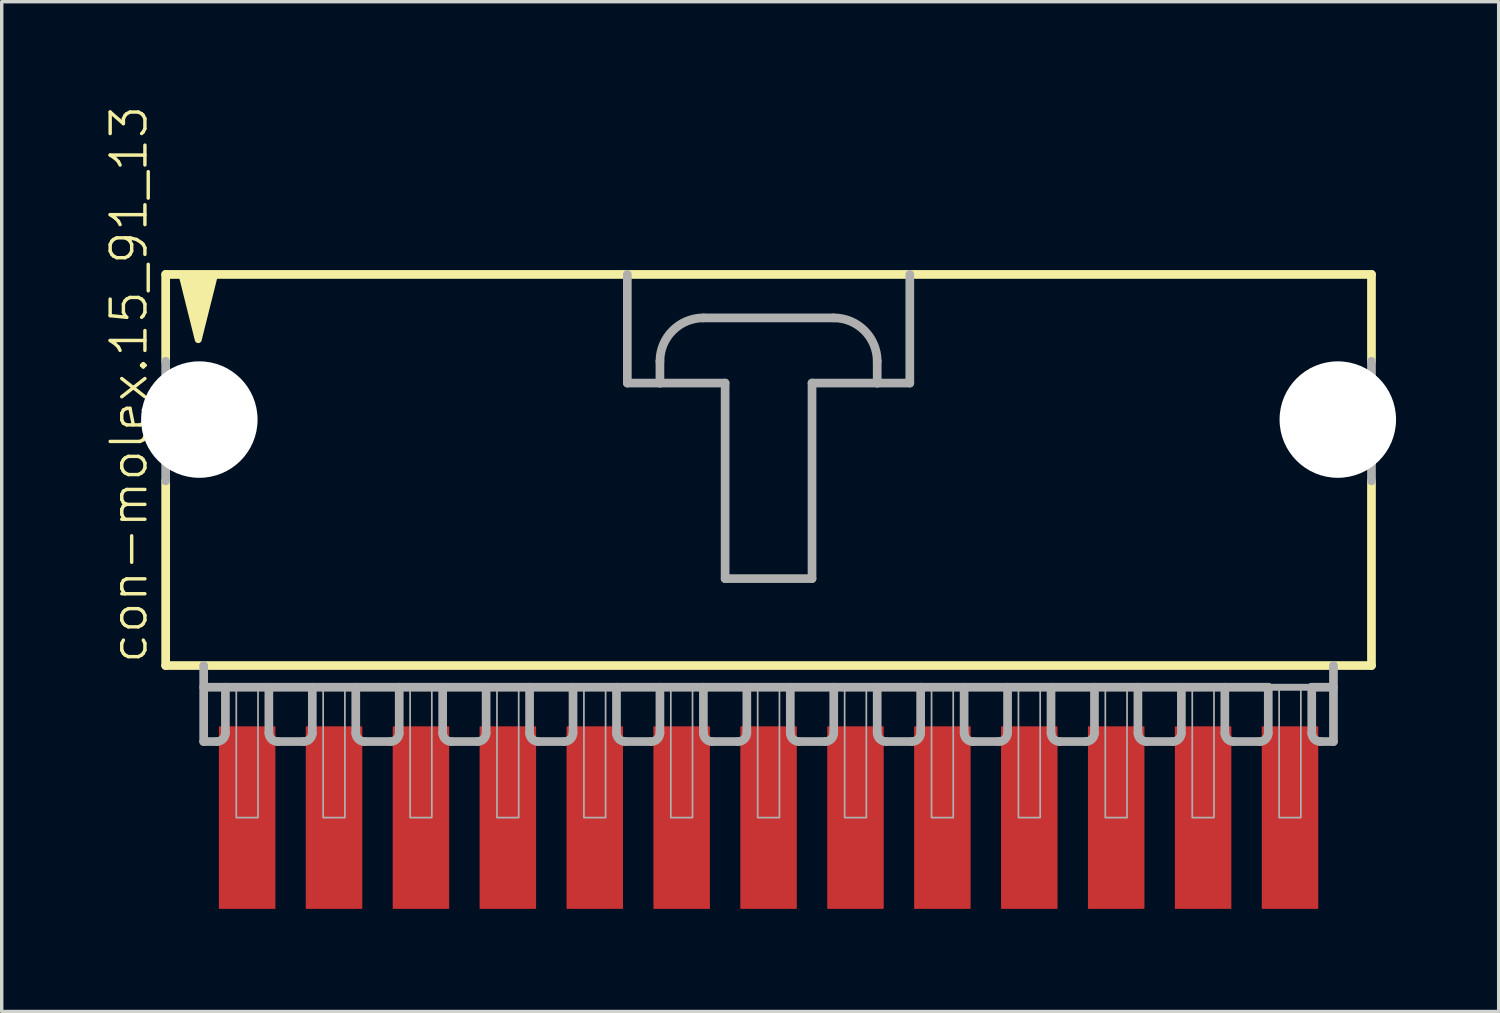
<source format=kicad_pcb>
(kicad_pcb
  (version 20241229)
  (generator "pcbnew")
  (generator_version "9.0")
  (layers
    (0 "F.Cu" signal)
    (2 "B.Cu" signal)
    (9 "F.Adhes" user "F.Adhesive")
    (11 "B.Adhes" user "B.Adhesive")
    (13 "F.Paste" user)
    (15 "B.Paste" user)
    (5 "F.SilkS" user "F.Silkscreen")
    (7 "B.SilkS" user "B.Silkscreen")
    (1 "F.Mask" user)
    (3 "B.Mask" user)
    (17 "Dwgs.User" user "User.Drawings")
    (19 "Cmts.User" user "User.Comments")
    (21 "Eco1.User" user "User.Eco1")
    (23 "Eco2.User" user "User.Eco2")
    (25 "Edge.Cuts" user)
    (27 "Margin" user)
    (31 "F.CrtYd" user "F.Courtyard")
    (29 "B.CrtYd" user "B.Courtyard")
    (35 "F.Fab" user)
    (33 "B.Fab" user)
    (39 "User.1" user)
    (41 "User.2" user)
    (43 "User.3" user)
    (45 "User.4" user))
  (footprint "con-molex.15_91_13"
    (layer "F.Cu")
    (at 19.413 10.051)
    (property "Reference" "con-molex.15_91_13" (at -18.098 6.35 90) (layer "F.SilkS") (effects (font (size 1.016 1.016) (thickness 0.1)) (justify left bottom)))
    (attr smd)
    (fp_line (start -17.621 -5.08) (end -17.621 -2.54) (stroke (width 0.254) (type default)) (layer "F.SilkS"))
    (fp_line (start -17.621 0.953) (end -17.621 6.35) (stroke (width 0.254) (type default)) (layer "F.SilkS"))
    (fp_line (start -17.621 6.35) (end 17.621 6.35) (stroke (width 0.254) (type default)) (layer "F.SilkS"))
    (fp_line (start 17.621 -5.08) (end -17.621 -5.08) (stroke (width 0.254) (type default)) (layer "F.SilkS"))
    (fp_line (start 17.621 -2.54) (end 17.621 -5.08) (stroke (width 0.254) (type default)) (layer "F.SilkS"))
    (fp_line (start 17.621 6.35) (end 17.621 0.953) (stroke (width 0.254) (type default)) (layer "F.SilkS"))
    (fp_poly (pts (xy -17.145 -5.08) (xy -16.669 -3.175) (xy -16.192 -5.08)) (stroke (width 0.203) (type default)) (fill yes) (layer "F.SilkS"))
    (fp_line (start -17.621 -2.54) (end -17.621 0.953) (stroke (width 0.254) (type default)) (layer "F.Fab"))
    (fp_line (start -16.51 6.35) (end -16.51 8.572) (stroke (width 0.254) (type default)) (layer "F.Fab"))
    (fp_line (start -16.51 6.985) (end -15.875 6.985) (stroke (width 0.254) (type default)) (layer "F.Fab"))
    (fp_line (start -16.129 8.572) (end -16.51 8.572) (stroke (width 0.254) (type default)) (layer "F.Fab"))
    (fp_line (start -15.875 6.985) (end -15.875 8.319) (stroke (width 0.254) (type default)) (layer "F.Fab"))
    (fp_line (start -15.875 6.985) (end -14.605 6.985) (stroke (width 0.254) (type default)) (layer "F.Fab"))
    (fp_line (start -14.605 6.985) (end -14.605 8.319) (stroke (width 0.254) (type default)) (layer "F.Fab"))
    (fp_line (start -14.605 6.985) (end -13.335 6.985) (stroke (width 0.254) (type default)) (layer "F.Fab"))
    (fp_line (start -13.589 8.572) (end -14.351 8.572) (stroke (width 0.254) (type default)) (layer "F.Fab"))
    (fp_line (start -13.335 6.985) (end -13.335 8.319) (stroke (width 0.254) (type default)) (layer "F.Fab"))
    (fp_line (start -13.335 6.985) (end -12.065 6.985) (stroke (width 0.254) (type default)) (layer "F.Fab"))
    (fp_line (start -12.065 6.985) (end -12.065 8.319) (stroke (width 0.254) (type default)) (layer "F.Fab"))
    (fp_line (start -12.065 6.985) (end -10.795 6.985) (stroke (width 0.254) (type default)) (layer "F.Fab"))
    (fp_line (start -11.049 8.572) (end -11.811 8.572) (stroke (width 0.254) (type default)) (layer "F.Fab"))
    (fp_line (start -10.795 6.985) (end -10.795 8.319) (stroke (width 0.254) (type default)) (layer "F.Fab"))
    (fp_line (start -10.795 6.985) (end -9.525 6.985) (stroke (width 0.254) (type default)) (layer "F.Fab"))
    (fp_line (start -9.525 6.985) (end -9.525 8.319) (stroke (width 0.254) (type default)) (layer "F.Fab"))
    (fp_line (start -9.525 6.985) (end -8.255 6.985) (stroke (width 0.254) (type default)) (layer "F.Fab"))
    (fp_line (start -8.509 8.572) (end -9.271 8.572) (stroke (width 0.254) (type default)) (layer "F.Fab"))
    (fp_line (start -8.255 6.985) (end -8.255 8.319) (stroke (width 0.254) (type default)) (layer "F.Fab"))
    (fp_line (start -8.255 6.985) (end -6.985 6.985) (stroke (width 0.254) (type default)) (layer "F.Fab"))
    (fp_line (start -6.985 6.985) (end -6.985 8.319) (stroke (width 0.254) (type default)) (layer "F.Fab"))
    (fp_line (start -6.985 6.985) (end -5.715 6.985) (stroke (width 0.254) (type default)) (layer "F.Fab"))
    (fp_line (start -5.969 8.572) (end -6.731 8.572) (stroke (width 0.254) (type default)) (layer "F.Fab"))
    (fp_line (start -5.715 6.985) (end -5.715 8.319) (stroke (width 0.254) (type default)) (layer "F.Fab"))
    (fp_line (start -5.715 6.985) (end -4.445 6.985) (stroke (width 0.254) (type default)) (layer "F.Fab"))
    (fp_line (start -4.445 6.985) (end -4.445 8.319) (stroke (width 0.254) (type default)) (layer "F.Fab"))
    (fp_line (start -4.445 6.985) (end -3.175 6.985) (stroke (width 0.254) (type default)) (layer "F.Fab"))
    (fp_line (start -4.128 -5.08) (end -4.128 -1.905) (stroke (width 0.254) (type default)) (layer "F.Fab"))
    (fp_line (start -4.128 -1.905) (end -3.175 -1.905) (stroke (width 0.254) (type default)) (layer "F.Fab"))
    (fp_line (start -3.429 8.572) (end -4.191 8.572) (stroke (width 0.254) (type default)) (layer "F.Fab"))
    (fp_line (start -3.175 -1.905) (end -3.175 -2.54) (stroke (width 0.254) (type default)) (layer "F.Fab"))
    (fp_line (start -3.175 -1.905) (end -1.27 -1.905) (stroke (width 0.254) (type default)) (layer "F.Fab"))
    (fp_line (start -3.175 6.985) (end -3.175 8.319) (stroke (width 0.254) (type default)) (layer "F.Fab"))
    (fp_line (start -3.175 6.985) (end -1.905 6.985) (stroke (width 0.254) (type default)) (layer "F.Fab"))
    (fp_line (start -1.905 -3.81) (end 1.905 -3.81) (stroke (width 0.254) (type default)) (layer "F.Fab"))
    (fp_line (start -1.905 6.985) (end -1.905 8.319) (stroke (width 0.254) (type default)) (layer "F.Fab"))
    (fp_line (start -1.905 6.985) (end -0.635 6.985) (stroke (width 0.254) (type default)) (layer "F.Fab"))
    (fp_line (start -1.27 -1.905) (end -1.27 3.81) (stroke (width 0.254) (type default)) (layer "F.Fab"))
    (fp_line (start -1.27 3.81) (end 1.27 3.81) (stroke (width 0.254) (type default)) (layer "F.Fab"))
    (fp_line (start -0.889 8.572) (end -1.651 8.572) (stroke (width 0.254) (type default)) (layer "F.Fab"))
    (fp_line (start -0.635 6.985) (end -0.635 8.319) (stroke (width 0.254) (type default)) (layer "F.Fab"))
    (fp_line (start -0.635 6.985) (end 0.635 6.985) (stroke (width 0.254) (type default)) (layer "F.Fab"))
    (fp_line (start 0.635 6.985) (end 0.635 8.319) (stroke (width 0.254) (type default)) (layer "F.Fab"))
    (fp_line (start 0.635 6.985) (end 1.905 6.985) (stroke (width 0.254) (type default)) (layer "F.Fab"))
    (fp_line (start 1.27 -1.905) (end 3.175 -1.905) (stroke (width 0.254) (type default)) (layer "F.Fab"))
    (fp_line (start 1.27 3.81) (end 1.27 -1.905) (stroke (width 0.254) (type default)) (layer "F.Fab"))
    (fp_line (start 1.651 8.572) (end 0.889 8.572) (stroke (width 0.254) (type default)) (layer "F.Fab"))
    (fp_line (start 1.905 6.985) (end 1.905 8.319) (stroke (width 0.254) (type default)) (layer "F.Fab"))
    (fp_line (start 1.905 6.985) (end 3.175 6.985) (stroke (width 0.254) (type default)) (layer "F.Fab"))
    (fp_line (start 3.175 -2.54) (end 3.175 -1.905) (stroke (width 0.254) (type default)) (layer "F.Fab"))
    (fp_line (start 3.175 -1.905) (end 4.128 -1.905) (stroke (width 0.254) (type default)) (layer "F.Fab"))
    (fp_line (start 3.175 6.985) (end 3.175 8.319) (stroke (width 0.254) (type default)) (layer "F.Fab"))
    (fp_line (start 3.175 6.985) (end 4.445 6.985) (stroke (width 0.254) (type default)) (layer "F.Fab"))
    (fp_line (start 4.128 -1.905) (end 4.128 -5.08) (stroke (width 0.254) (type default)) (layer "F.Fab"))
    (fp_line (start 4.191 8.572) (end 3.429 8.572) (stroke (width 0.254) (type default)) (layer "F.Fab"))
    (fp_line (start 4.445 6.985) (end 4.445 8.319) (stroke (width 0.254) (type default)) (layer "F.Fab"))
    (fp_line (start 4.445 6.985) (end 5.715 6.985) (stroke (width 0.254) (type default)) (layer "F.Fab"))
    (fp_line (start 5.715 6.985) (end 5.715 8.319) (stroke (width 0.254) (type default)) (layer "F.Fab"))
    (fp_line (start 5.715 6.985) (end 6.985 6.985) (stroke (width 0.254) (type default)) (layer "F.Fab"))
    (fp_line (start 6.731 8.572) (end 5.969 8.572) (stroke (width 0.254) (type default)) (layer "F.Fab"))
    (fp_line (start 6.985 6.985) (end 6.985 8.319) (stroke (width 0.254) (type default)) (layer "F.Fab"))
    (fp_line (start 6.985 6.985) (end 8.255 6.985) (stroke (width 0.254) (type default)) (layer "F.Fab"))
    (fp_line (start 8.255 6.985) (end 8.255 8.319) (stroke (width 0.254) (type default)) (layer "F.Fab"))
    (fp_line (start 8.255 6.985) (end 9.525 6.985) (stroke (width 0.254) (type default)) (layer "F.Fab"))
    (fp_line (start 9.271 8.572) (end 8.509 8.572) (stroke (width 0.254) (type default)) (layer "F.Fab"))
    (fp_line (start 9.525 6.985) (end 9.525 8.319) (stroke (width 0.254) (type default)) (layer "F.Fab"))
    (fp_line (start 9.525 6.985) (end 10.795 6.985) (stroke (width 0.254) (type default)) (layer "F.Fab"))
    (fp_line (start 10.795 6.985) (end 10.795 8.319) (stroke (width 0.254) (type default)) (layer "F.Fab"))
    (fp_line (start 10.795 6.985) (end 12.065 6.985) (stroke (width 0.254) (type default)) (layer "F.Fab"))
    (fp_line (start 11.049 8.572) (end 11.811 8.572) (stroke (width 0.254) (type default)) (layer "F.Fab"))
    (fp_line (start 12.065 6.985) (end 13.335 6.985) (stroke (width 0.254) (type default)) (layer "F.Fab"))
    (fp_line (start 12.065 8.319) (end 12.065 6.985) (stroke (width 0.254) (type default)) (layer "F.Fab"))
    (fp_line (start 13.335 6.985) (end 13.335 8.319) (stroke (width 0.254) (type default)) (layer "F.Fab"))
    (fp_line (start 13.335 6.985) (end 14.605 6.985) (stroke (width 0.254) (type default)) (layer "F.Fab"))
    (fp_line (start 13.589 8.572) (end 14.351 8.572) (stroke (width 0.254) (type default)) (layer "F.Fab"))
    (fp_line (start 14.605 6.985) (end 15.875 6.985) (stroke (width 0.203) (type default)) (layer "F.Fab"))
    (fp_line (start 14.605 8.319) (end 14.605 6.985) (stroke (width 0.254) (type default)) (layer "F.Fab"))
    (fp_line (start 15.875 6.985) (end 15.875 8.319) (stroke (width 0.254) (type default)) (layer "F.Fab"))
    (fp_line (start 15.875 6.985) (end 16.51 6.985) (stroke (width 0.254) (type default)) (layer "F.Fab"))
    (fp_line (start 16.129 8.572) (end 16.51 8.572) (stroke (width 0.254) (type default)) (layer "F.Fab"))
    (fp_line (start 16.51 8.572) (end 16.51 6.35) (stroke (width 0.254) (type default)) (layer "F.Fab"))
    (fp_line (start 17.621 -2.54) (end 17.621 0.953) (stroke (width 0.254) (type default)) (layer "F.Fab"))
    (fp_rect (start -15.557 10.795) (end -14.922 6.985) (stroke (width 0.05) (type default)) (fill no) (layer "F.Fab"))
    (fp_rect (start -13.018 10.795) (end -12.383 6.985) (stroke (width 0.05) (type default)) (fill no) (layer "F.Fab"))
    (fp_rect (start -10.477 10.795) (end -9.842 6.985) (stroke (width 0.05) (type default)) (fill no) (layer "F.Fab"))
    (fp_rect (start -7.938 10.795) (end -7.303 6.985) (stroke (width 0.05) (type default)) (fill no) (layer "F.Fab"))
    (fp_rect (start -5.397 10.795) (end -4.763 6.985) (stroke (width 0.05) (type default)) (fill no) (layer "F.Fab"))
    (fp_rect (start -2.857 10.795) (end -2.223 6.985) (stroke (width 0.05) (type default)) (fill no) (layer "F.Fab"))
    (fp_rect (start -0.318 10.795) (end 0.318 6.985) (stroke (width 0.05) (type default)) (fill no) (layer "F.Fab"))
    (fp_rect (start 2.223 10.795) (end 2.857 6.985) (stroke (width 0.05) (type default)) (fill no) (layer "F.Fab"))
    (fp_rect (start 4.763 10.795) (end 5.397 6.985) (stroke (width 0.05) (type default)) (fill no) (layer "F.Fab"))
    (fp_rect (start 7.303 10.795) (end 7.938 6.985) (stroke (width 0.05) (type default)) (fill no) (layer "F.Fab"))
    (fp_rect (start 9.842 10.795) (end 10.477 6.985) (stroke (width 0.05) (type default)) (fill no) (layer "F.Fab"))
    (fp_rect (start 12.383 10.795) (end 13.018 6.985) (stroke (width 0.05) (type default)) (fill no) (layer "F.Fab"))
    (fp_rect (start 14.922 10.795) (end 15.557 6.985) (stroke (width 0.05) (type default)) (fill no) (layer "F.Fab"))
    (fp_arc (start -15.875 8.3185) (mid -15.949395 8.498105) (end -16.129 8.5725) (stroke (width 0.254) (type default)) (layer "F.Fab"))
    (fp_arc (start -14.351 8.5725) (mid -14.530605 8.498105) (end -14.605 8.3185) (stroke (width 0.254) (type default)) (layer "F.Fab"))
    (fp_arc (start -13.335 8.3185) (mid -13.409395 8.498105) (end -13.589 8.5725) (stroke (width 0.254) (type default)) (layer "F.Fab"))
    (fp_arc (start -11.811 8.5725) (mid -11.990605 8.498105) (end -12.065 8.3185) (stroke (width 0.254) (type default)) (layer "F.Fab"))
    (fp_arc (start -10.795 8.3185) (mid -10.869395 8.498105) (end -11.049 8.5725) (stroke (width 0.254) (type default)) (layer "F.Fab"))
    (fp_arc (start -9.271 8.5725) (mid -9.450605 8.498105) (end -9.525 8.3185) (stroke (width 0.254) (type default)) (layer "F.Fab"))
    (fp_arc (start -8.255 8.3185) (mid -8.329395 8.498105) (end -8.509 8.5725) (stroke (width 0.254) (type default)) (layer "F.Fab"))
    (fp_arc (start -6.731 8.5725) (mid -6.910605 8.498105) (end -6.985 8.3185) (stroke (width 0.254) (type default)) (layer "F.Fab"))
    (fp_arc (start -5.715 8.3185) (mid -5.789395 8.498105) (end -5.969 8.5725) (stroke (width 0.254) (type default)) (layer "F.Fab"))
    (fp_arc (start -4.191 8.5725) (mid -4.370605 8.498105) (end -4.445 8.3185) (stroke (width 0.254) (type default)) (layer "F.Fab"))
    (fp_arc (start -3.175 -2.54) (mid -2.803026 -3.438026) (end -1.905 -3.81) (stroke (width 0.254) (type default)) (layer "F.Fab"))
    (fp_arc (start -3.175 8.3185) (mid -3.249395 8.498105) (end -3.429 8.5725) (stroke (width 0.254) (type default)) (layer "F.Fab"))
    (fp_arc (start -1.651 8.5725) (mid -1.830605 8.498105) (end -1.905 8.3185) (stroke (width 0.254) (type default)) (layer "F.Fab"))
    (fp_arc (start -0.635 8.3185) (mid -0.709395 8.498105) (end -0.889 8.5725) (stroke (width 0.254) (type default)) (layer "F.Fab"))
    (fp_arc (start 0.889 8.5725) (mid 0.709395 8.498105) (end 0.635 8.3185) (stroke (width 0.254) (type default)) (layer "F.Fab"))
    (fp_arc (start 1.905 -3.81) (mid 2.803026 -3.438026) (end 3.175 -2.54) (stroke (width 0.254) (type default)) (layer "F.Fab"))
    (fp_arc (start 1.905 8.3185) (mid 1.830605 8.498105) (end 1.651 8.5725) (stroke (width 0.254) (type default)) (layer "F.Fab"))
    (fp_arc (start 3.429 8.5725) (mid 3.249395 8.498105) (end 3.175 8.3185) (stroke (width 0.254) (type default)) (layer "F.Fab"))
    (fp_arc (start 4.445 8.3185) (mid 4.370605 8.498105) (end 4.191 8.5725) (stroke (width 0.254) (type default)) (layer "F.Fab"))
    (fp_arc (start 5.969 8.5725) (mid 5.789395 8.498105) (end 5.715 8.3185) (stroke (width 0.254) (type default)) (layer "F.Fab"))
    (fp_arc (start 6.985 8.3185) (mid 6.910605 8.498105) (end 6.731 8.5725) (stroke (width 0.254) (type default)) (layer "F.Fab"))
    (fp_arc (start 8.509 8.5725) (mid 8.329395 8.498105) (end 8.255 8.3185) (stroke (width 0.254) (type default)) (layer "F.Fab"))
    (fp_arc (start 9.525 8.3185) (mid 9.450605 8.498105) (end 9.271 8.5725) (stroke (width 0.254) (type default)) (layer "F.Fab"))
    (fp_arc (start 11.049 8.5725) (mid 10.869395 8.498105) (end 10.795 8.3185) (stroke (width 0.254) (type default)) (layer "F.Fab"))
    (fp_arc (start 12.065 8.3185) (mid 11.990605 8.498105) (end 11.811 8.5725) (stroke (width 0.254) (type default)) (layer "F.Fab"))
    (fp_arc (start 13.589 8.5725) (mid 13.409395 8.498105) (end 13.335 8.3185) (stroke (width 0.254) (type default)) (layer "F.Fab"))
    (fp_arc (start 14.605 8.3185) (mid 14.530605 8.498105) (end 14.351 8.5725) (stroke (width 0.254) (type default)) (layer "F.Fab"))
    (fp_arc (start 16.129 8.5725) (mid 15.949395 8.498105) (end 15.875 8.3185) (stroke (width 0.254) (type default)) (layer "F.Fab"))
    (pad "" np_thru_hole circle (at -16.637 -0.838) (size 3.404 3.404) (drill 3.404) (layers "*.Cu" "*.Mask"))
    (pad "" np_thru_hole circle (at 16.637 -0.838) (size 3.404 3.404) (drill 3.404) (layers "*.Cu" "*.Mask"))
    (pad "1" smd roundrect (at -15.24 10.795 90) (size 5.334 1.651) (layers "F.Cu" "F.Mask" "F.Paste") (roundrect_rratio 0.01))
    (pad "2" smd roundrect (at -12.7 10.795 90) (size 5.334 1.651) (layers "F.Cu" "F.Mask" "F.Paste") (roundrect_rratio 0.01))
    (pad "3" smd roundrect (at -10.16 10.795 90) (size 5.334 1.651) (layers "F.Cu" "F.Mask" "F.Paste") (roundrect_rratio 0.01))
    (pad "4" smd roundrect (at -7.62 10.795 90) (size 5.334 1.651) (layers "F.Cu" "F.Mask" "F.Paste") (roundrect_rratio 0.01))
    (pad "5" smd roundrect (at -5.08 10.795 90) (size 5.334 1.651) (layers "F.Cu" "F.Mask" "F.Paste") (roundrect_rratio 0.01))
    (pad "6" smd roundrect (at -2.54 10.795 90) (size 5.334 1.651) (layers "F.Cu" "F.Mask" "F.Paste") (roundrect_rratio 0.01))
    (pad "7" smd roundrect (at 0 10.795 90) (size 5.334 1.651) (layers "F.Cu" "F.Mask" "F.Paste") (roundrect_rratio 0.01))
    (pad "8" smd roundrect (at 2.54 10.795 90) (size 5.334 1.651) (layers "F.Cu" "F.Mask" "F.Paste") (roundrect_rratio 0.01))
    (pad "9" smd roundrect (at 5.08 10.795 90) (size 5.334 1.651) (layers "F.Cu" "F.Mask" "F.Paste") (roundrect_rratio 0.01))
    (pad "10" smd roundrect (at 7.62 10.795 90) (size 5.334 1.651) (layers "F.Cu" "F.Mask" "F.Paste") (roundrect_rratio 0.01))
    (pad "11" smd roundrect (at 10.16 10.795 90) (size 5.334 1.651) (layers "F.Cu" "F.Mask" "F.Paste") (roundrect_rratio 0.01))
    (pad "12" smd roundrect (at 12.7 10.795 90) (size 5.334 1.651) (layers "F.Cu" "F.Mask" "F.Paste") (roundrect_rratio 0.01))
    (pad "13" smd roundrect (at 15.24 10.795 90) (size 5.334 1.651) (layers "F.Cu" "F.Mask" "F.Paste") (roundrect_rratio 0.01)))
  (gr_rect
    (start -3 -3)
    (end 40.752 26.513)
    (stroke (width 0.1) (type default))
    (fill no)
    (layer "Edge.Cuts")))
</source>
